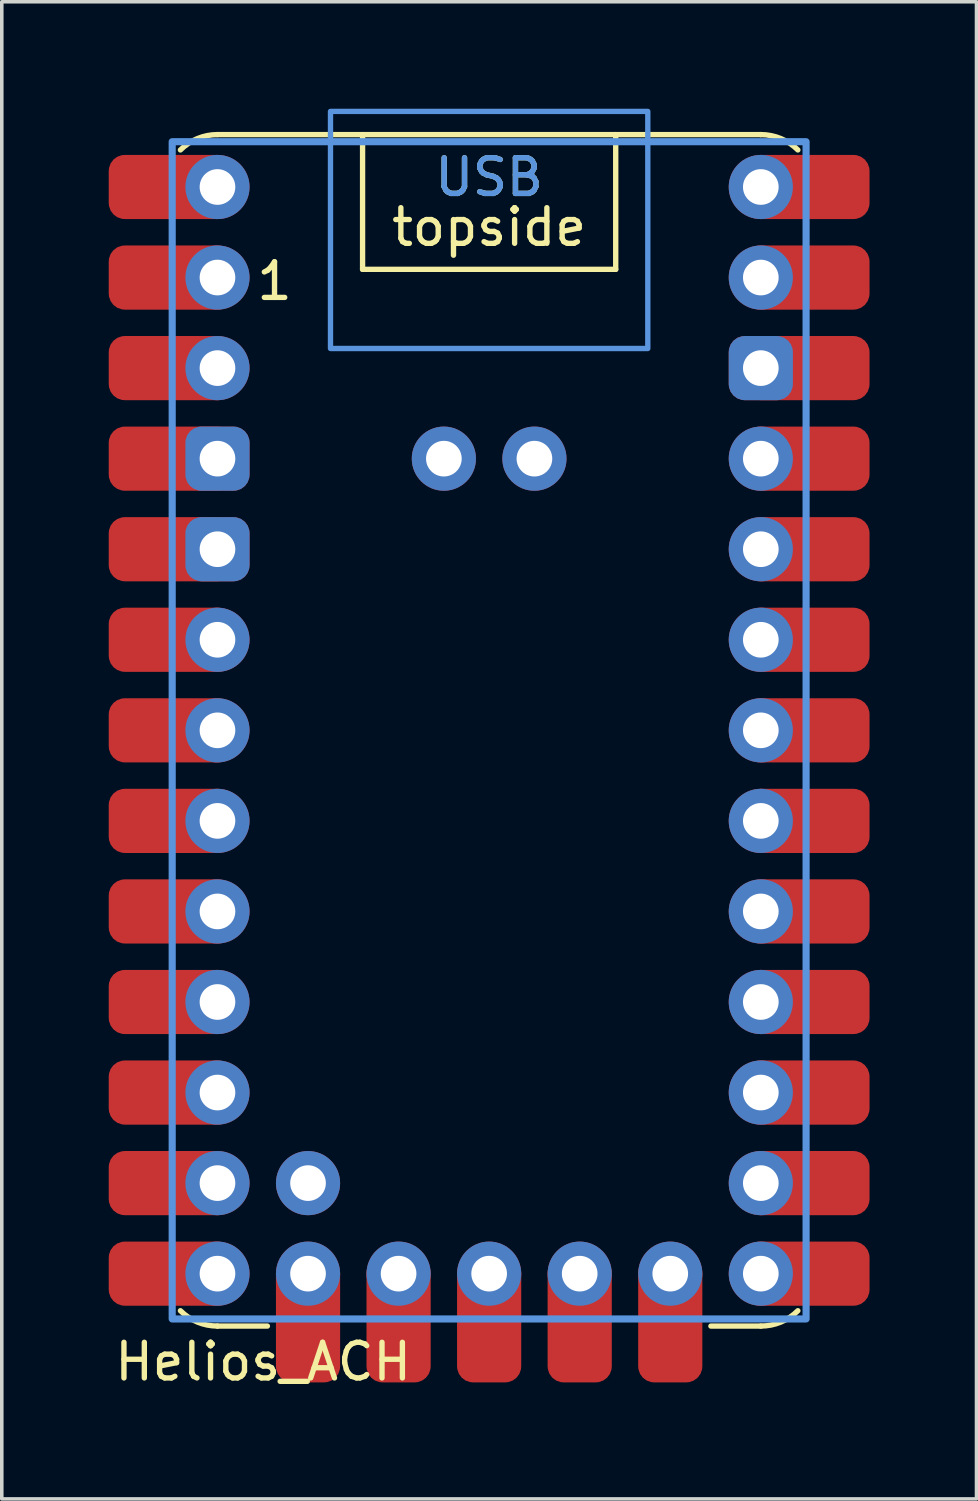
<source format=kicad_pcb>
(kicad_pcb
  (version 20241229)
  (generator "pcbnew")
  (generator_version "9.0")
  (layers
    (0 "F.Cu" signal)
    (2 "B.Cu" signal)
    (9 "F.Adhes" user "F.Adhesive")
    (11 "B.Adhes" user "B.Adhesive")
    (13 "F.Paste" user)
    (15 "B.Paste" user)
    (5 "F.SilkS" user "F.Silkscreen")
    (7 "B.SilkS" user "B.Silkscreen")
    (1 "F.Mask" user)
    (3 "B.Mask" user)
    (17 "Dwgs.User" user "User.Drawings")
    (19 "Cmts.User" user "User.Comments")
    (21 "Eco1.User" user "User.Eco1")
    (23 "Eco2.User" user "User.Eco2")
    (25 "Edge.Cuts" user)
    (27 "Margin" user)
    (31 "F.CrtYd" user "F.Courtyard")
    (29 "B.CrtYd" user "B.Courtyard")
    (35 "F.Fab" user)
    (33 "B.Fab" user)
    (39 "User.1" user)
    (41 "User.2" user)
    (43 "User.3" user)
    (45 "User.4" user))
  (footprint "Helios_ACH"
    (layer "F.Cu")
    (at 10.67 18.705)
    (property "Reference" "Helios_ACH" (at -10.58 16.44 0) (layer "F.SilkS") (effects (font (size 1 1) (thickness 0.15)) (justify left)))
    (attr through_hole exclude_from_pos_files exclude_from_bom)
    (fp_line (start -6.22 15.44) (end -7.62 15.44) (stroke (width 0.15) (type default)) (layer "F.SilkS"))
    (fp_line (start -3.55 -14.2) (end -3.55 -17.98) (stroke (width 0.15) (type default)) (layer "F.SilkS"))
    (fp_line (start 3.55 -14.2) (end -3.55 -14.2) (stroke (width 0.15) (type default)) (layer "F.SilkS"))
    (fp_line (start 3.55 -14.2) (end 3.55 -17.98) (stroke (width 0.15) (type default)) (layer "F.SilkS"))
    (fp_line (start 7.62 -17.98) (end -7.62 -17.98) (stroke (width 0.15) (type default)) (layer "F.SilkS"))
    (fp_line (start 7.62 15.44) (end 6.22 15.44) (stroke (width 0.15) (type default)) (layer "F.SilkS"))
    (fp_arc (start -8.659446 -17.549446) (mid -8.182544 -17.868102) (end -7.62 -17.98) (stroke (width 0.15) (type default)) (layer "F.SilkS"))
    (fp_arc (start -7.62 15.44) (mid -8.182545 15.328103) (end -8.659447 15.009447) (stroke (width 0.15) (type default)) (layer "F.SilkS"))
    (fp_arc (start 7.62 -17.98) (mid 8.182545 -17.868103) (end 8.659447 -17.549447) (stroke (width 0.15) (type default)) (layer "F.SilkS"))
    (fp_arc (start 8.659447 15.009447) (mid 8.182545 15.328103) (end 7.62 15.44) (stroke (width 0.15) (type default)) (layer "F.SilkS"))
    (fp_rect (start -4.45 -18.63) (end 4.45 -11.98) (stroke (width 0.15) (type default)) (fill no) (layer "Cmts.User"))
    (fp_rect (start 8.89 -17.78) (end -8.89 15.24) (stroke (width 0.2) (type solid)) (fill no) (layer "Cmts.User"))
    (fp_text user "USB" (at 0 -16.2 0) (unlocked yes) (layer "F.SilkS") (effects (font (size 1 1) (thickness 0.15)) (justify bottom)))
    (fp_text user "1" (at -6.02 -13.283 0) (layer "F.SilkS") (effects (font (size 1 1) (thickness 0.15)) (justify bottom)))
    (fp_text user "topside" (at 0 -14.8 0) (unlocked yes) (layer "F.SilkS") (effects (font (size 1 1) (thickness 0.15)) (justify bottom)))
    (fp_text user "USB" (at 0 -16.2 0) (layer "Cmts.User") (effects (font (size 1 1) (thickness 0.15)) (justify bottom)))
    (pad "1" smd roundrect (at -8.92 -13.97) (size 3.5 1.8) (layers "F.Cu" "F.Mask") (roundrect_rratio 0.25))
    (pad "1" thru_hole circle (at -7.62 -13.97) (size 1.8 1.8) (drill 1) (layers "*.Cu" "*.Mask"))
    (pad "2" smd roundrect (at -8.92 -11.43) (size 3.5 1.8) (layers "F.Cu" "F.Mask") (roundrect_rratio 0.25))
    (pad "2" thru_hole circle (at -7.62 -11.43) (size 1.8 1.8) (drill 1) (layers "*.Cu" "*.Mask"))
    (pad "3" smd roundrect (at -8.92 -8.89) (size 3.5 1.8) (layers "F.Cu" "F.Mask") (roundrect_rratio 0.25))
    (pad "3" thru_hole roundrect (at -7.62 -8.89) (size 1.8 1.8) (drill 1) (layers "*.Cu" "*.Mask") (roundrect_rratio 0.25))
    (pad "4" smd roundrect (at -8.92 -6.35) (size 3.5 1.8) (layers "F.Cu" "F.Mask") (roundrect_rratio 0.25))
    (pad "4" thru_hole roundrect (at -7.62 -6.35) (size 1.8 1.8) (drill 1) (layers "*.Cu" "*.Mask") (roundrect_rratio 0.25))
    (pad "5" smd roundrect (at -8.92 -3.81) (size 3.5 1.8) (layers "F.Cu" "F.Mask") (roundrect_rratio 0.25))
    (pad "5" thru_hole circle (at -7.62 -3.81) (size 1.8 1.8) (drill 1) (layers "*.Cu" "*.Mask"))
    (pad "6" smd roundrect (at -8.92 -1.27) (size 3.5 1.8) (layers "F.Cu" "F.Mask") (roundrect_rratio 0.25))
    (pad "6" thru_hole circle (at -7.62 -1.27) (size 1.8 1.8) (drill 1) (layers "*.Cu" "*.Mask"))
    (pad "7" smd roundrect (at -8.92 1.27) (size 3.5 1.8) (layers "F.Cu" "F.Mask") (roundrect_rratio 0.25))
    (pad "7" thru_hole circle (at -7.62 1.27) (size 1.8 1.8) (drill 1) (layers "*.Cu" "*.Mask"))
    (pad "8" smd roundrect (at -8.92 3.81) (size 3.5 1.8) (layers "F.Cu" "F.Mask") (roundrect_rratio 0.25))
    (pad "8" thru_hole circle (at -7.62 3.81) (size 1.8 1.8) (drill 1) (layers "*.Cu" "*.Mask"))
    (pad "9" smd roundrect (at -8.92 6.35) (size 3.5 1.8) (layers "F.Cu" "F.Mask") (roundrect_rratio 0.25))
    (pad "9" thru_hole circle (at -7.62 6.35) (size 1.8 1.8) (drill 1) (layers "*.Cu" "*.Mask"))
    (pad "10" smd roundrect (at -8.92 8.89) (size 3.5 1.8) (layers "F.Cu" "F.Mask") (roundrect_rratio 0.25))
    (pad "10" thru_hole circle (at -7.62 8.89) (size 1.8 1.8) (drill 1) (layers "*.Cu" "*.Mask"))
    (pad "11" smd roundrect (at -8.92 11.43) (size 3.5 1.8) (layers "F.Cu" "F.Mask") (roundrect_rratio 0.25))
    (pad "11" thru_hole circle (at -7.62 11.43) (size 1.8 1.8) (drill 1) (layers "*.Cu" "*.Mask"))
    (pad "12" smd roundrect (at -8.92 13.97) (size 3.5 1.8) (layers "F.Cu" "F.Mask") (roundrect_rratio 0.25))
    (pad "12" thru_hole circle (at -7.62 13.97) (size 1.8 1.8) (drill 1) (layers "*.Cu" "*.Mask"))
    (pad "13" thru_hole circle (at 7.62 -13.97) (size 1.8 1.8) (drill 1) (layers "*.Cu" "*.Mask"))
    (pad "13" smd roundrect (at 8.92 -13.97) (size 3.5 1.8) (layers "F.Cu" "F.Mask") (roundrect_rratio 0.25))
    (pad "14" thru_hole roundrect (at 7.62 -11.43) (size 1.8 1.8) (drill 1) (layers "*.Cu" "*.Mask") (roundrect_rratio 0.25))
    (pad "14" smd roundrect (at 8.92 -11.43) (size 3.5 1.8) (layers "F.Cu" "F.Mask") (roundrect_rratio 0.25))
    (pad "15" thru_hole circle (at 7.62 -8.89) (size 1.8 1.8) (drill 1) (layers "*.Cu" "*.Mask"))
    (pad "15" smd roundrect (at 8.92 -8.89) (size 3.5 1.8) (layers "F.Cu" "F.Mask") (roundrect_rratio 0.25))
    (pad "16" thru_hole circle (at 7.62 -6.35) (size 1.8 1.8) (drill 1) (layers "*.Cu" "*.Mask"))
    (pad "16" smd roundrect (at 8.92 -6.35) (size 3.5 1.8) (layers "F.Cu" "F.Mask") (roundrect_rratio 0.25))
    (pad "17" thru_hole circle (at 7.62 -3.81) (size 1.8 1.8) (drill 1) (layers "*.Cu" "*.Mask"))
    (pad "17" smd roundrect (at 8.92 -3.81) (size 3.5 1.8) (layers "F.Cu" "F.Mask") (roundrect_rratio 0.25))
    (pad "18" thru_hole circle (at 7.62 -1.27) (size 1.8 1.8) (drill 1) (layers "*.Cu" "*.Mask"))
    (pad "18" smd roundrect (at 8.92 -1.27) (size 3.5 1.8) (layers "F.Cu" "F.Mask") (roundrect_rratio 0.25))
    (pad "19" thru_hole circle (at 7.62 1.27) (size 1.8 1.8) (drill 1) (layers "*.Cu" "*.Mask"))
    (pad "19" smd roundrect (at 8.92 1.27) (size 3.5 1.8) (layers "F.Cu" "F.Mask") (roundrect_rratio 0.25))
    (pad "20" thru_hole circle (at 7.62 3.81) (size 1.8 1.8) (drill 1) (layers "*.Cu" "*.Mask"))
    (pad "20" smd roundrect (at 8.92 3.81) (size 3.5 1.8) (layers "F.Cu" "F.Mask") (roundrect_rratio 0.25))
    (pad "21" thru_hole circle (at 7.62 6.35) (size 1.8 1.8) (drill 1) (layers "*.Cu" "*.Mask"))
    (pad "21" smd roundrect (at 8.92 6.35) (size 3.5 1.8) (layers "F.Cu" "F.Mask") (roundrect_rratio 0.25))
    (pad "22" thru_hole circle (at 7.62 8.89) (size 1.8 1.8) (drill 1) (layers "*.Cu" "*.Mask"))
    (pad "22" smd roundrect (at 8.92 8.89) (size 3.5 1.8) (layers "F.Cu" "F.Mask") (roundrect_rratio 0.25))
    (pad "23" thru_hole circle (at 7.62 11.43) (size 1.8 1.8) (drill 1) (layers "*.Cu" "*.Mask"))
    (pad "23" smd roundrect (at 8.92 11.43) (size 3.5 1.8) (layers "F.Cu" "F.Mask") (roundrect_rratio 0.25))
    (pad "24" thru_hole circle (at 7.62 13.97) (size 1.8 1.8) (drill 1) (layers "*.Cu" "*.Mask"))
    (pad "24" smd roundrect (at 8.92 13.97) (size 3.5 1.8) (layers "F.Cu" "F.Mask") (roundrect_rratio 0.25))
    (pad "25" thru_hole circle (at -5.08 13.97) (size 1.8 1.8) (drill 1) (layers "*.Cu" "*.Mask"))
    (pad "25" smd roundrect (at -5.08 15.27 90) (size 3.5 1.8) (layers "F.Cu" "F.Mask") (roundrect_rratio 0.25))
    (pad "26" thru_hole circle (at -2.54 13.97) (size 1.8 1.8) (drill 1) (layers "*.Cu" "*.Mask"))
    (pad "26" smd roundrect (at -2.54 15.27 90) (size 3.5 1.8) (layers "F.Cu" "F.Mask") (roundrect_rratio 0.25))
    (pad "27" thru_hole circle (at 0 13.97) (size 1.8 1.8) (drill 1) (layers "*.Cu" "*.Mask"))
    (pad "27" smd roundrect (at 0 15.27 90) (size 3.5 1.8) (layers "F.Cu" "F.Mask") (roundrect_rratio 0.25))
    (pad "28" thru_hole circle (at 2.54 13.97) (size 1.8 1.8) (drill 1) (layers "*.Cu" "*.Mask"))
    (pad "28" smd roundrect (at 2.54 15.27 90) (size 3.5 1.8) (layers "F.Cu" "F.Mask") (roundrect_rratio 0.25))
    (pad "29" thru_hole circle (at 5.08 13.97) (size 1.8 1.8) (drill 1) (layers "*.Cu" "*.Mask"))
    (pad "29" smd roundrect (at 5.08 15.27 90) (size 3.5 1.8) (layers "F.Cu" "F.Mask") (roundrect_rratio 0.25))
    (pad "30" thru_hole circle (at 7.62 -16.51) (size 1.8 1.8) (drill 1) (layers "*.Cu" "*.Mask"))
    (pad "30" smd roundrect (at 8.92 -16.51 180) (size 3.5 1.8) (layers "F.Cu" "F.Mask") (roundrect_rratio 0.25))
    (pad "31" smd roundrect (at -8.92 -16.51) (size 3.5 1.8) (layers "F.Cu" "F.Mask") (roundrect_rratio 0.25))
    (pad "31" thru_hole circle (at -7.62 -16.51) (size 1.8 1.8) (drill 1) (layers "*.Cu" "*.Mask"))
    (pad "32" thru_hole circle (at -1.27 -8.89) (size 1.8 1.8) (drill 1) (layers "*.Cu" "*.Mask"))
    (pad "33" thru_hole circle (at 1.27 -8.89) (size 1.8 1.8) (drill 1) (layers "*.Cu" "*.Mask"))
    (pad "34" thru_hole circle (at -5.08 11.43) (size 1.8 1.8) (drill 1) (layers "*.Cu" "*.Mask")))
  (gr_rect
    (start -3 -3)
    (end 24.34 38.993)
    (stroke (width 0.1) (type default))
    (fill no)
    (layer "Edge.Cuts")))
</source>
